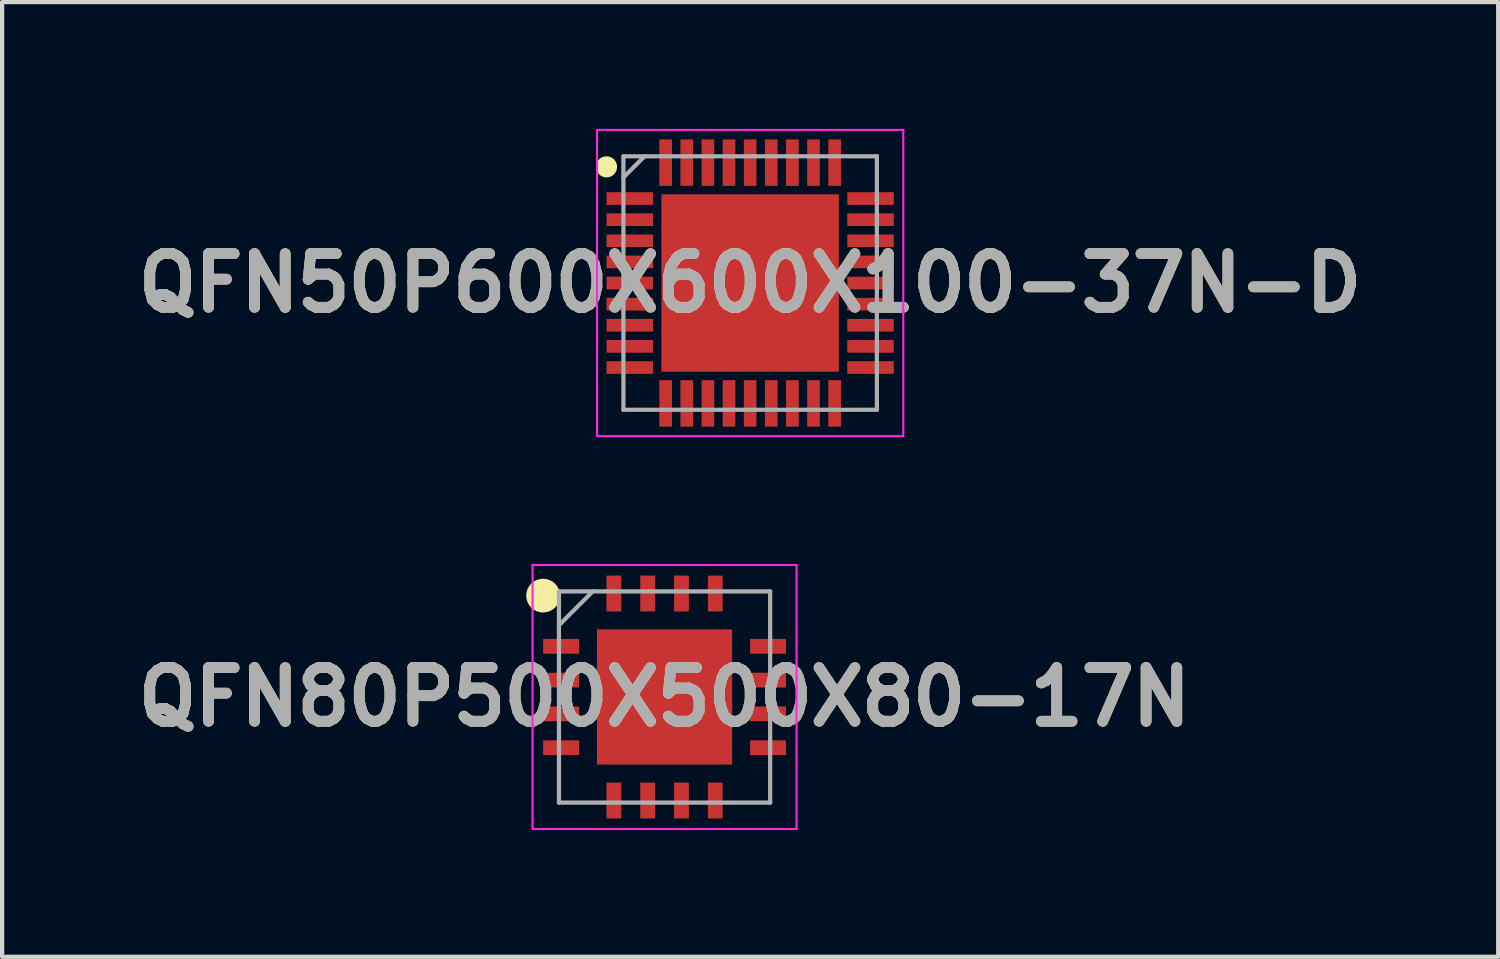
<source format=kicad_pcb>
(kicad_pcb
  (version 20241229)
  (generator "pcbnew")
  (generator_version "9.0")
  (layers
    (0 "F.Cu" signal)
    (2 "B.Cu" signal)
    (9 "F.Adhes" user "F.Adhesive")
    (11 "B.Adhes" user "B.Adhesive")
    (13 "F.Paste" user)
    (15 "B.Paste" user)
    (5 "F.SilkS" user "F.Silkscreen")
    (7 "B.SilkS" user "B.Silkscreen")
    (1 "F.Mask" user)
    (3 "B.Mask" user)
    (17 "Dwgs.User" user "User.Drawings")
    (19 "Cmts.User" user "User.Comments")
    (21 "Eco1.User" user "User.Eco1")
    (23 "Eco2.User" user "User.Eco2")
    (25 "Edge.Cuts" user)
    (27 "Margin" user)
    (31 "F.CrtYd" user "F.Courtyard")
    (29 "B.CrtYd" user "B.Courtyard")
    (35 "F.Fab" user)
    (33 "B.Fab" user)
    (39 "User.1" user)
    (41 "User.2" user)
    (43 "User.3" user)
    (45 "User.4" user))
  (footprint "QFN80P500X500X80-17N"
    (layer "F.Cu")
    (at 12.682 13.45)
    (property "Reference" "QFN80P500X500X80-17N" (at 0 0 0) (layer "F.SilkS") (effects (font (size 1.27 1.27) (thickness 0.254))))
    (attr smd)
    (fp_circle (center -2.875 -2.4) (end -2.875 -2.2) (stroke (width 0.4) (type solid)) (fill no) (layer "F.SilkS"))
    (fp_line (start -3.125 -3.125) (end 3.125 -3.125) (stroke (width 0.05) (type solid)) (layer "F.CrtYd"))
    (fp_line (start -3.125 3.125) (end -3.125 -3.125) (stroke (width 0.05) (type solid)) (layer "F.CrtYd"))
    (fp_line (start 3.125 -3.125) (end 3.125 3.125) (stroke (width 0.05) (type solid)) (layer "F.CrtYd"))
    (fp_line (start 3.125 3.125) (end -3.125 3.125) (stroke (width 0.05) (type solid)) (layer "F.CrtYd"))
    (fp_line (start -2.5 -2.5) (end 2.5 -2.5) (stroke (width 0.1) (type solid)) (layer "F.Fab"))
    (fp_line (start -2.5 -1.7) (end -1.7 -2.5) (stroke (width 0.1) (type solid)) (layer "F.Fab"))
    (fp_line (start -2.5 2.5) (end -2.5 -2.5) (stroke (width 0.1) (type solid)) (layer "F.Fab"))
    (fp_line (start 2.5 -2.5) (end 2.5 2.5) (stroke (width 0.1) (type solid)) (layer "F.Fab"))
    (fp_line (start 2.5 2.5) (end -2.5 2.5) (stroke (width 0.1) (type solid)) (layer "F.Fab"))
    (fp_text user "${REFERENCE}" (at 0 0 0) (layer "F.Fab") (effects (font (size 1.27 1.27) (thickness 0.254))))
    (pad "1" smd rect (at -2.45 -1.2 90) (size 0.35 0.85) (layers "F.Cu" "F.Mask" "F.Paste"))
    (pad "2" smd rect (at -2.45 -0.4 90) (size 0.35 0.85) (layers "F.Cu" "F.Mask" "F.Paste"))
    (pad "3" smd rect (at -2.45 0.4 90) (size 0.35 0.85) (layers "F.Cu" "F.Mask" "F.Paste"))
    (pad "4" smd rect (at -2.45 1.2 90) (size 0.35 0.85) (layers "F.Cu" "F.Mask" "F.Paste"))
    (pad "5" smd rect (at -1.2 2.45) (size 0.35 0.85) (layers "F.Cu" "F.Mask" "F.Paste"))
    (pad "6" smd rect (at -0.4 2.45) (size 0.35 0.85) (layers "F.Cu" "F.Mask" "F.Paste"))
    (pad "7" smd rect (at 0.4 2.45) (size 0.35 0.85) (layers "F.Cu" "F.Mask" "F.Paste"))
    (pad "8" smd rect (at 1.2 2.45) (size 0.35 0.85) (layers "F.Cu" "F.Mask" "F.Paste"))
    (pad "9" smd rect (at 2.45 1.2 90) (size 0.35 0.85) (layers "F.Cu" "F.Mask" "F.Paste"))
    (pad "10" smd rect (at 2.45 0.4 90) (size 0.35 0.85) (layers "F.Cu" "F.Mask" "F.Paste"))
    (pad "11" smd rect (at 2.45 -0.4 90) (size 0.35 0.85) (layers "F.Cu" "F.Mask" "F.Paste"))
    (pad "12" smd rect (at 2.45 -1.2 90) (size 0.35 0.85) (layers "F.Cu" "F.Mask" "F.Paste"))
    (pad "13" smd rect (at 1.2 -2.45) (size 0.35 0.85) (layers "F.Cu" "F.Mask" "F.Paste"))
    (pad "14" smd rect (at 0.4 -2.45) (size 0.35 0.85) (layers "F.Cu" "F.Mask" "F.Paste"))
    (pad "15" smd rect (at -0.4 -2.45) (size 0.35 0.85) (layers "F.Cu" "F.Mask" "F.Paste"))
    (pad "16" smd rect (at -1.2 -2.45) (size 0.35 0.85) (layers "F.Cu" "F.Mask" "F.Paste"))
    (pad "17" smd rect (at 0 0) (size 3.2 3.2) (layers "F.Cu" "F.Mask" "F.Paste")))
  (footprint "QFN50P600X600X100-37N-D"
    (layer "F.Cu")
    (at 14.708 3.65)
    (property "Reference" "QFN50P600X600X100-37N-D" (at 0 0 0) (layer "F.SilkS") (effects (font (size 1.27 1.27) (thickness 0.254))))
    (attr smd)
    (fp_circle (center -3.4 -2.75) (end -3.4 -2.625) (stroke (width 0.25) (type solid)) (fill no) (layer "F.SilkS"))
    (fp_line (start -3.625 -3.625) (end 3.625 -3.625) (stroke (width 0.05) (type solid)) (layer "F.CrtYd"))
    (fp_line (start -3.625 3.625) (end -3.625 -3.625) (stroke (width 0.05) (type solid)) (layer "F.CrtYd"))
    (fp_line (start 3.625 -3.625) (end 3.625 3.625) (stroke (width 0.05) (type solid)) (layer "F.CrtYd"))
    (fp_line (start 3.625 3.625) (end -3.625 3.625) (stroke (width 0.05) (type solid)) (layer "F.CrtYd"))
    (fp_line (start -3 -3) (end 3 -3) (stroke (width 0.1) (type solid)) (layer "F.Fab"))
    (fp_line (start -3 -2.5) (end -2.5 -3) (stroke (width 0.1) (type solid)) (layer "F.Fab"))
    (fp_line (start -3 3) (end -3 -3) (stroke (width 0.1) (type solid)) (layer "F.Fab"))
    (fp_line (start 3 -3) (end 3 3) (stroke (width 0.1) (type solid)) (layer "F.Fab"))
    (fp_line (start 3 3) (end -3 3) (stroke (width 0.1) (type solid)) (layer "F.Fab"))
    (fp_text user "${REFERENCE}" (at 0 0 0) (layer "F.Fab") (effects (font (size 1.27 1.27) (thickness 0.254))))
    (pad "1" smd rect (at -2.85 -2 90) (size 0.3 1.1) (layers "F.Cu" "F.Mask" "F.Paste"))
    (pad "2" smd rect (at -2.85 -1.5 90) (size 0.3 1.1) (layers "F.Cu" "F.Mask" "F.Paste"))
    (pad "3" smd rect (at -2.85 -1 90) (size 0.3 1.1) (layers "F.Cu" "F.Mask" "F.Paste"))
    (pad "4" smd rect (at -2.85 -0.5 90) (size 0.3 1.1) (layers "F.Cu" "F.Mask" "F.Paste"))
    (pad "5" smd rect (at -2.85 0 90) (size 0.3 1.1) (layers "F.Cu" "F.Mask" "F.Paste"))
    (pad "6" smd rect (at -2.85 0.5 90) (size 0.3 1.1) (layers "F.Cu" "F.Mask" "F.Paste"))
    (pad "7" smd rect (at -2.85 1 90) (size 0.3 1.1) (layers "F.Cu" "F.Mask" "F.Paste"))
    (pad "8" smd rect (at -2.85 1.5 90) (size 0.3 1.1) (layers "F.Cu" "F.Mask" "F.Paste"))
    (pad "9" smd rect (at -2.85 2 90) (size 0.3 1.1) (layers "F.Cu" "F.Mask" "F.Paste"))
    (pad "10" smd rect (at -2 2.85) (size 0.3 1.1) (layers "F.Cu" "F.Mask" "F.Paste"))
    (pad "11" smd rect (at -1.5 2.85) (size 0.3 1.1) (layers "F.Cu" "F.Mask" "F.Paste"))
    (pad "12" smd rect (at -1 2.85) (size 0.3 1.1) (layers "F.Cu" "F.Mask" "F.Paste"))
    (pad "13" smd rect (at -0.5 2.85) (size 0.3 1.1) (layers "F.Cu" "F.Mask" "F.Paste"))
    (pad "14" smd rect (at 0 2.85) (size 0.3 1.1) (layers "F.Cu" "F.Mask" "F.Paste"))
    (pad "15" smd rect (at 0.5 2.85) (size 0.3 1.1) (layers "F.Cu" "F.Mask" "F.Paste"))
    (pad "16" smd rect (at 1 2.85) (size 0.3 1.1) (layers "F.Cu" "F.Mask" "F.Paste"))
    (pad "17" smd rect (at 1.5 2.85) (size 0.3 1.1) (layers "F.Cu" "F.Mask" "F.Paste"))
    (pad "18" smd rect (at 2 2.85) (size 0.3 1.1) (layers "F.Cu" "F.Mask" "F.Paste"))
    (pad "19" smd rect (at 2.85 2 90) (size 0.3 1.1) (layers "F.Cu" "F.Mask" "F.Paste"))
    (pad "20" smd rect (at 2.85 1.5 90) (size 0.3 1.1) (layers "F.Cu" "F.Mask" "F.Paste"))
    (pad "21" smd rect (at 2.85 1 90) (size 0.3 1.1) (layers "F.Cu" "F.Mask" "F.Paste"))
    (pad "22" smd rect (at 2.85 0.5 90) (size 0.3 1.1) (layers "F.Cu" "F.Mask" "F.Paste"))
    (pad "23" smd rect (at 2.85 0 90) (size 0.3 1.1) (layers "F.Cu" "F.Mask" "F.Paste"))
    (pad "24" smd rect (at 2.85 -0.5 90) (size 0.3 1.1) (layers "F.Cu" "F.Mask" "F.Paste"))
    (pad "25" smd rect (at 2.85 -1 90) (size 0.3 1.1) (layers "F.Cu" "F.Mask" "F.Paste"))
    (pad "26" smd rect (at 2.85 -1.5 90) (size 0.3 1.1) (layers "F.Cu" "F.Mask" "F.Paste"))
    (pad "27" smd rect (at 2.85 -2 90) (size 0.3 1.1) (layers "F.Cu" "F.Mask" "F.Paste"))
    (pad "28" smd rect (at 2 -2.85) (size 0.3 1.1) (layers "F.Cu" "F.Mask" "F.Paste"))
    (pad "29" smd rect (at 1.5 -2.85) (size 0.3 1.1) (layers "F.Cu" "F.Mask" "F.Paste"))
    (pad "30" smd rect (at 1 -2.85) (size 0.3 1.1) (layers "F.Cu" "F.Mask" "F.Paste"))
    (pad "31" smd rect (at 0.5 -2.85) (size 0.3 1.1) (layers "F.Cu" "F.Mask" "F.Paste"))
    (pad "32" smd rect (at 0 -2.85) (size 0.3 1.1) (layers "F.Cu" "F.Mask" "F.Paste"))
    (pad "33" smd rect (at -0.5 -2.85) (size 0.3 1.1) (layers "F.Cu" "F.Mask" "F.Paste"))
    (pad "34" smd rect (at -1 -2.85) (size 0.3 1.1) (layers "F.Cu" "F.Mask" "F.Paste"))
    (pad "35" smd rect (at -1.5 -2.85) (size 0.3 1.1) (layers "F.Cu" "F.Mask" "F.Paste"))
    (pad "36" smd rect (at -2 -2.85) (size 0.3 1.1) (layers "F.Cu" "F.Mask" "F.Paste"))
    (pad "37" smd rect (at 0 0) (size 4.2 4.2) (layers "F.Cu" "F.Mask" "F.Paste")))
  (gr_rect
    (start -3 -3)
    (end 32.416 19.6)
    (stroke (width 0.1) (type default))
    (fill no)
    (layer "Edge.Cuts")))
</source>
